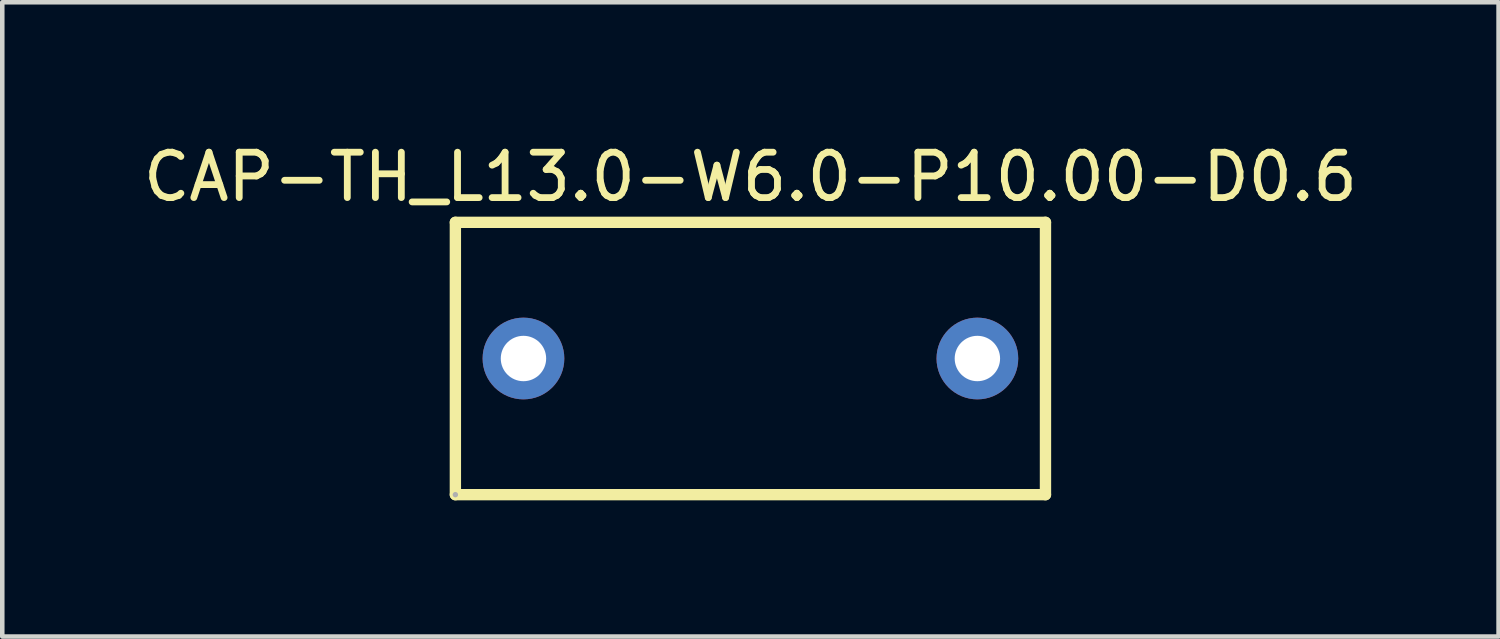
<source format=kicad_pcb>
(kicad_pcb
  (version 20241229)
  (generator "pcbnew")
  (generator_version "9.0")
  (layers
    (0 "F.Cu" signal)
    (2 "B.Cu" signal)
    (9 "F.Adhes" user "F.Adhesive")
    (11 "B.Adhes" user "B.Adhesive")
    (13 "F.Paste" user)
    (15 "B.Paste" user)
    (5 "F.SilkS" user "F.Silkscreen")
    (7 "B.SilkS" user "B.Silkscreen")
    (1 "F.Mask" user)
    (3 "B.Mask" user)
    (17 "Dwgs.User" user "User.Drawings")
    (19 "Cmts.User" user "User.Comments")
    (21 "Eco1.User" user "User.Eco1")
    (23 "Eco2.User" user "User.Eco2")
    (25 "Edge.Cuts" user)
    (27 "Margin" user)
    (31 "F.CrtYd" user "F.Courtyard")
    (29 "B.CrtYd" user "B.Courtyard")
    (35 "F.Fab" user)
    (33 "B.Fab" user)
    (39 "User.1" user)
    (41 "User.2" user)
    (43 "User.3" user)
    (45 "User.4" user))
  (footprint "CAP-TH_L13.0-W6.0-P10.00-D0.6"
    (layer "F.Cu")
    (at 13.482 4.848)
    (property "Reference" "CAP-TH_L13.0-W6.0-P10.00-D0.6" (at 0 -4 180) (layer "F.SilkS") (effects (font (size 1 1) (thickness 0.15))))
    (attr through_hole)
    (fp_line (start -6.5 -3) (end 6.5 -3) (stroke (width 0.25) (type solid)) (layer "F.SilkS"))
    (fp_line (start -6.5 3) (end -6.5 -3) (stroke (width 0.25) (type solid)) (layer "F.SilkS"))
    (fp_line (start 6.5 -3) (end 6.5 3) (stroke (width 0.25) (type solid)) (layer "F.SilkS"))
    (fp_line (start 6.5 3) (end -6.5 3) (stroke (width 0.25) (type solid)) (layer "F.SilkS"))
    (fp_circle (center -6.5 3) (end -6.47 3) (stroke (width 0.06) (type solid)) (fill no) (layer "F.Fab"))
    (fp_circle (center -5 0) (end -4.85 0) (stroke (width 0.3) (type solid)) (fill no) (layer "F.Fab"))
    (fp_circle (center 5 0) (end 5.15 0) (stroke (width 0.3) (type solid)) (fill no) (layer "F.Fab"))
    (pad "1" thru_hole circle (at -5 0) (size 1.8 1.8) (drill 1) (layers "*.Cu" "*.Mask"))
    (pad "2" thru_hole circle (at 5 0) (size 1.8 1.8) (drill 1) (layers "*.Cu" "*.Mask")))
  (gr_rect
    (start -3 -3)
    (end 29.964 10.973)
    (stroke (width 0.1) (type default))
    (fill no)
    (layer "Edge.Cuts")))
</source>
